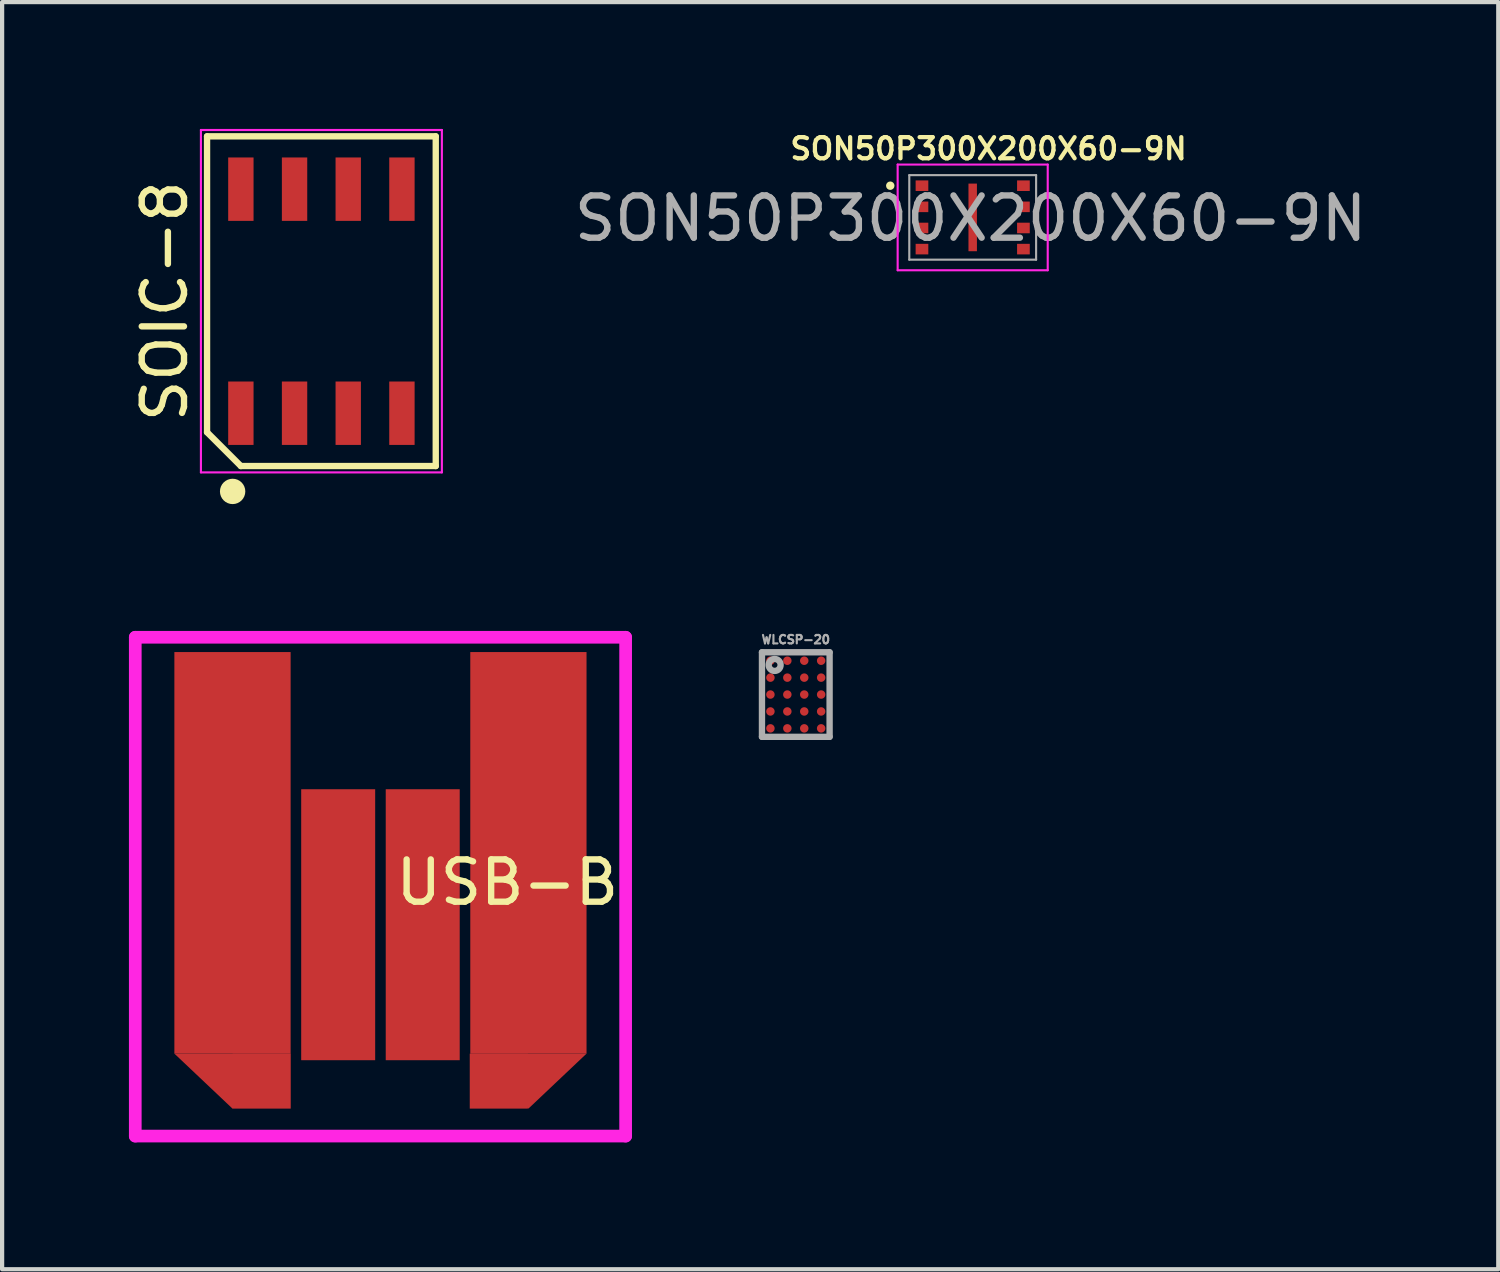
<source format=kicad_pcb>
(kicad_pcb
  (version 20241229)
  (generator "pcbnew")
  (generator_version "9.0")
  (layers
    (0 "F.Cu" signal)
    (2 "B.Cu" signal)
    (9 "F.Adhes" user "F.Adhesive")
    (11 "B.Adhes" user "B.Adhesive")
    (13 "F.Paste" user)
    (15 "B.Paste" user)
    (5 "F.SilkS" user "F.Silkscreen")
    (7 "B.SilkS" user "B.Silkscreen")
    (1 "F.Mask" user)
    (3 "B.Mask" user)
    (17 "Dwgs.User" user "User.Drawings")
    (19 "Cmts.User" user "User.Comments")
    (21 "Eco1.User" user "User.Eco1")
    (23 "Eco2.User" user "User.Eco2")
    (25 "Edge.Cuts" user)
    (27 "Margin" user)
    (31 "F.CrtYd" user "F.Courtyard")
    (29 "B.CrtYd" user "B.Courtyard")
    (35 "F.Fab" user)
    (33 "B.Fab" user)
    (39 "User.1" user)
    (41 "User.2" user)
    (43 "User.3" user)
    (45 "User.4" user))
  (footprint "WLCSP-20"
    (layer "F.Cu")
    (at 15.775 13.38)
    (property "Reference" "WLCSP-20" (at 0 -1.3 0) (layer "F.Fab") (effects (font (size 0.2 0.2) (thickness 0.05))))
    (attr smd)
    (fp_line (start -0.8 -1) (end -0.8 1) (stroke (width 0.15) (type solid)) (layer "F.Fab"))
    (fp_line (start -0.8 1) (end 0.8 1) (stroke (width 0.15) (type solid)) (layer "F.Fab"))
    (fp_line (start 0.8 -1) (end -0.8 -1) (stroke (width 0.15) (type solid)) (layer "F.Fab"))
    (fp_line (start 0.8 1) (end 0.8 -1) (stroke (width 0.15) (type solid)) (layer "F.Fab"))
    (fp_circle (center -0.5 -0.7) (end -0.4 -0.6) (stroke (width 0.15) (type solid)) (fill no) (layer "F.Fab"))
    (pad "A1" smd circle (at -0.6 -0.8) (size 0.2 0.2) (layers "F.Cu" "F.Mask" "F.Paste"))
    (pad "A2" smd circle (at -0.2 -0.8) (size 0.2 0.2) (layers "F.Cu" "F.Mask" "F.Paste"))
    (pad "A3" smd circle (at 0.2 -0.8) (size 0.2 0.2) (layers "F.Cu" "F.Mask" "F.Paste"))
    (pad "A4" smd circle (at 0.6 -0.8) (size 0.2 0.2) (layers "F.Cu" "F.Mask" "F.Paste"))
    (pad "B1" smd circle (at -0.6 -0.4) (size 0.2 0.2) (layers "F.Cu" "F.Mask" "F.Paste"))
    (pad "B2" smd circle (at -0.2 -0.4) (size 0.2 0.2) (layers "F.Cu" "F.Mask" "F.Paste"))
    (pad "B3" smd circle (at 0.2 -0.4) (size 0.2 0.2) (layers "F.Cu" "F.Mask" "F.Paste"))
    (pad "B4" smd circle (at 0.6 -0.4) (size 0.2 0.2) (layers "F.Cu" "F.Mask" "F.Paste"))
    (pad "C1" smd circle (at -0.6 0) (size 0.2 0.2) (layers "F.Cu" "F.Mask" "F.Paste"))
    (pad "C2" smd circle (at -0.2 0) (size 0.2 0.2) (layers "F.Cu" "F.Mask" "F.Paste"))
    (pad "C3" smd circle (at 0.2 0) (size 0.2 0.2) (layers "F.Cu" "F.Mask" "F.Paste"))
    (pad "C4" smd circle (at 0.6 0) (size 0.2 0.2) (layers "F.Cu" "F.Mask" "F.Paste"))
    (pad "D1" smd circle (at -0.6 0.4) (size 0.2 0.2) (layers "F.Cu" "F.Mask" "F.Paste"))
    (pad "D2" smd circle (at -0.2 0.4) (size 0.2 0.2) (layers "F.Cu" "F.Mask" "F.Paste"))
    (pad "D3" smd circle (at 0.2 0.4) (size 0.2 0.2) (layers "F.Cu" "F.Mask" "F.Paste"))
    (pad "D4" smd circle (at 0.6 0.4) (size 0.2 0.2) (layers "F.Cu" "F.Mask" "F.Paste"))
    (pad "E1" smd circle (at -0.6 0.8) (size 0.2 0.2) (layers "F.Cu" "F.Mask" "F.Paste"))
    (pad "E2" smd circle (at -0.2 0.8) (size 0.2 0.2) (layers "F.Cu" "F.Mask" "F.Paste"))
    (pad "E3" smd circle (at 0.2 0.8) (size 0.2 0.2) (layers "F.Cu" "F.Mask" "F.Paste"))
    (pad "E4" smd circle (at 0.6 0.8) (size 0.2 0.2) (layers "F.Cu" "F.Mask" "F.Paste")))
  (footprint "USB-B"
    (layer "F.Cu")
    (at 5.95 15.825)
    (property "Reference" "USB-B" (at 3 2 0) (layer "F.SilkS") (effects (font (size 1 1) (thickness 0.15))))
    (attr through_hole)
    (fp_line (start -5.8 -3.8) (end -5.8 8) (stroke (width 0.3) (type solid)) (layer "F.CrtYd"))
    (fp_line (start -5.8 8) (end 5.8 8) (stroke (width 0.3) (type solid)) (layer "F.CrtYd"))
    (fp_line (start 5.8 -3.8) (end -5.8 -3.8) (stroke (width 0.3) (type solid)) (layer "F.CrtYd"))
    (fp_line (start 5.8 8) (end 5.8 -3.8) (stroke (width 0.3) (type solid)) (layer "F.CrtYd"))
    (pad "1" smd rect (at 2.8 6.7 180) (size 1.375 1.3) (layers "F.Cu" "F.Mask"))
    (pad "1" smd rect (at 3.5 1.3 180) (size 2.75 9.5) (layers "F.Cu" "F.Mask"))
    (pad "1" smd trapezoid (at 3.5 6.7 180) (size 1.375 1.3) (rect_delta 0 1.374) (layers "F.Cu" "F.Mask"))
    (pad "2" smd rect (at 1 3 180) (size 1.75 6.41) (layers "F.Cu" "F.Mask"))
    (pad "3" smd rect (at -1 3 180) (size 1.75 6.41) (layers "F.Cu" "F.Mask"))
    (pad "4" smd rect (at -3.5 1.3 180) (size 2.75 9.5) (layers "F.Cu" "F.Mask"))
    (pad "4" smd trapezoid (at -3.5 6.7 180) (size 1.375 1.3) (rect_delta 0 1.374) (layers "F.Cu" "F.Mask"))
    (pad "4" smd rect (at -2.81 6.7 180) (size 1.375 1.3) (layers "F.Cu" "F.Mask")))
  (footprint "SOIC-8"
    (layer "F.Cu")
    (at 4.553 4.075)
    (property "Reference" "SOIC-8" (at -3.705 0 90) (layer "F.SilkS") (effects (font (size 1 1) (thickness 0.15))))
    (attr smd)
    (fp_line (start -2.705 -3.9) (end 2.705 -3.9) (stroke (width 0.15) (type solid)) (layer "F.SilkS"))
    (fp_line (start -2.705 3.1) (end -2.705 -3.9) (stroke (width 0.15) (type solid)) (layer "F.SilkS"))
    (fp_line (start -1.905 3.9) (end -2.705 3.1) (stroke (width 0.15) (type solid)) (layer "F.SilkS"))
    (fp_line (start 2.705 -3.9) (end 2.705 3.9) (stroke (width 0.15) (type solid)) (layer "F.SilkS"))
    (fp_line (start 2.705 3.9) (end -1.905 3.9) (stroke (width 0.15) (type solid)) (layer "F.SilkS"))
    (fp_line (start -2.85 -4.05) (end 2.85 -4.05) (stroke (width 0.05) (type solid)) (layer "F.CrtYd"))
    (fp_line (start -2.85 4.05) (end -2.85 -4.05) (stroke (width 0.05) (type solid)) (layer "F.CrtYd"))
    (fp_line (start 2.85 -4.05) (end 2.85 4.05) (stroke (width 0.05) (type solid)) (layer "F.CrtYd"))
    (fp_line (start 2.85 4.05) (end -2.85 4.05) (stroke (width 0.05) (type solid)) (layer "F.CrtYd"))
    (pad "" smd circle (at -2.1 4.5 180) (size 0.6 0.6) (layers "F.SilkS"))
    (pad "1" smd rect (at -1.905 2.65) (size 0.6 1.5) (layers "F.Cu" "F.Mask" "F.Paste"))
    (pad "2" smd rect (at -0.635 2.65) (size 0.6 1.5) (layers "F.Cu" "F.Mask" "F.Paste"))
    (pad "3" smd rect (at 0.635 2.65) (size 0.6 1.5) (layers "F.Cu" "F.Mask" "F.Paste"))
    (pad "4" smd rect (at 1.905 2.65) (size 0.6 1.5) (layers "F.Cu" "F.Mask" "F.Paste"))
    (pad "5" smd rect (at 1.905 -2.65) (size 0.6 1.5) (layers "F.Cu" "F.Mask" "F.Paste"))
    (pad "6" smd rect (at 0.635 -2.65) (size 0.6 1.5) (layers "F.Cu" "F.Mask" "F.Paste"))
    (pad "7" smd rect (at -0.635 -2.65) (size 0.6 1.5) (layers "F.Cu" "F.Mask" "F.Paste"))
    (pad "8" smd rect (at -1.905 -2.65) (size 0.6 1.5) (layers "F.Cu" "F.Mask" "F.Paste")))
  (footprint "SON50P300X200X60-9N"
    (layer "F.Cu")
    (at 19.96 2.093)
    (property "Reference" "SON50P300X200X60-9N" (at 0.375 -1.625 0) (layer "F.SilkS") (effects (font (size 0.5 0.5) (thickness 0.1))))
    (attr smd)
    (fp_circle (center -1.95 -0.75) (end -1.9 -0.75) (stroke (width 0.1) (type solid)) (fill no) (layer "F.SilkS"))
    (fp_line (start -1.775 -1.25) (end 1.775 -1.25) (stroke (width 0.05) (type solid)) (layer "F.CrtYd"))
    (fp_line (start -1.775 1.25) (end -1.775 -1.25) (stroke (width 0.05) (type solid)) (layer "F.CrtYd"))
    (fp_line (start 1.775 -1.25) (end 1.775 1.25) (stroke (width 0.05) (type solid)) (layer "F.CrtYd"))
    (fp_line (start 1.775 1.25) (end -1.775 1.25) (stroke (width 0.05) (type solid)) (layer "F.CrtYd"))
    (fp_line (start -1.5 -1) (end 1.5 -1) (stroke (width 0.05) (type solid)) (layer "F.Fab"))
    (fp_line (start -1.5 1) (end -1.5 -1) (stroke (width 0.05) (type solid)) (layer "F.Fab"))
    (fp_line (start 1.5 -1) (end 1.5 1) (stroke (width 0.05) (type solid)) (layer "F.Fab"))
    (fp_line (start 1.5 1) (end -1.5 1) (stroke (width 0.05) (type solid)) (layer "F.Fab"))
    (fp_text user "${REFERENCE}" (at -0.05 0.025 0) (layer "F.Fab") (effects (font (size 1 1) (thickness 0.15))))
    (pad "1" smd rect (at -1.2 -0.75) (size 0.3 0.25) (layers "F.Cu" "F.Mask" "F.Paste"))
    (pad "2" smd rect (at -1.2 -0.25) (size 0.3 0.25) (layers "F.Cu" "F.Mask" "F.Paste"))
    (pad "3" smd rect (at -1.2 0.25) (size 0.3 0.25) (layers "F.Cu" "F.Mask" "F.Paste"))
    (pad "4" smd rect (at -1.2 0.75) (size 0.3 0.25) (layers "F.Cu" "F.Mask" "F.Paste"))
    (pad "5" smd rect (at 1.2 0.75 180) (size 0.3 0.25) (layers "F.Cu" "F.Mask" "F.Paste"))
    (pad "6" smd rect (at 1.2 0.25 180) (size 0.3 0.25) (layers "F.Cu" "F.Mask" "F.Paste"))
    (pad "7" smd rect (at 1.2 -0.25 180) (size 0.3 0.25) (layers "F.Cu" "F.Mask" "F.Paste"))
    (pad "8" smd rect (at 1.2 -0.75 180) (size 0.3 0.25) (layers "F.Cu" "F.Mask" "F.Paste"))
    (pad "9" smd rect (at 0 0) (size 0.2 1.6) (layers "F.Cu" "F.Mask" "F.Paste")))
  (gr_rect
    (start -3 -3)
    (end 32.393 26.975)
    (stroke (width 0.1) (type default))
    (fill no)
    (layer "Edge.Cuts")))
</source>
